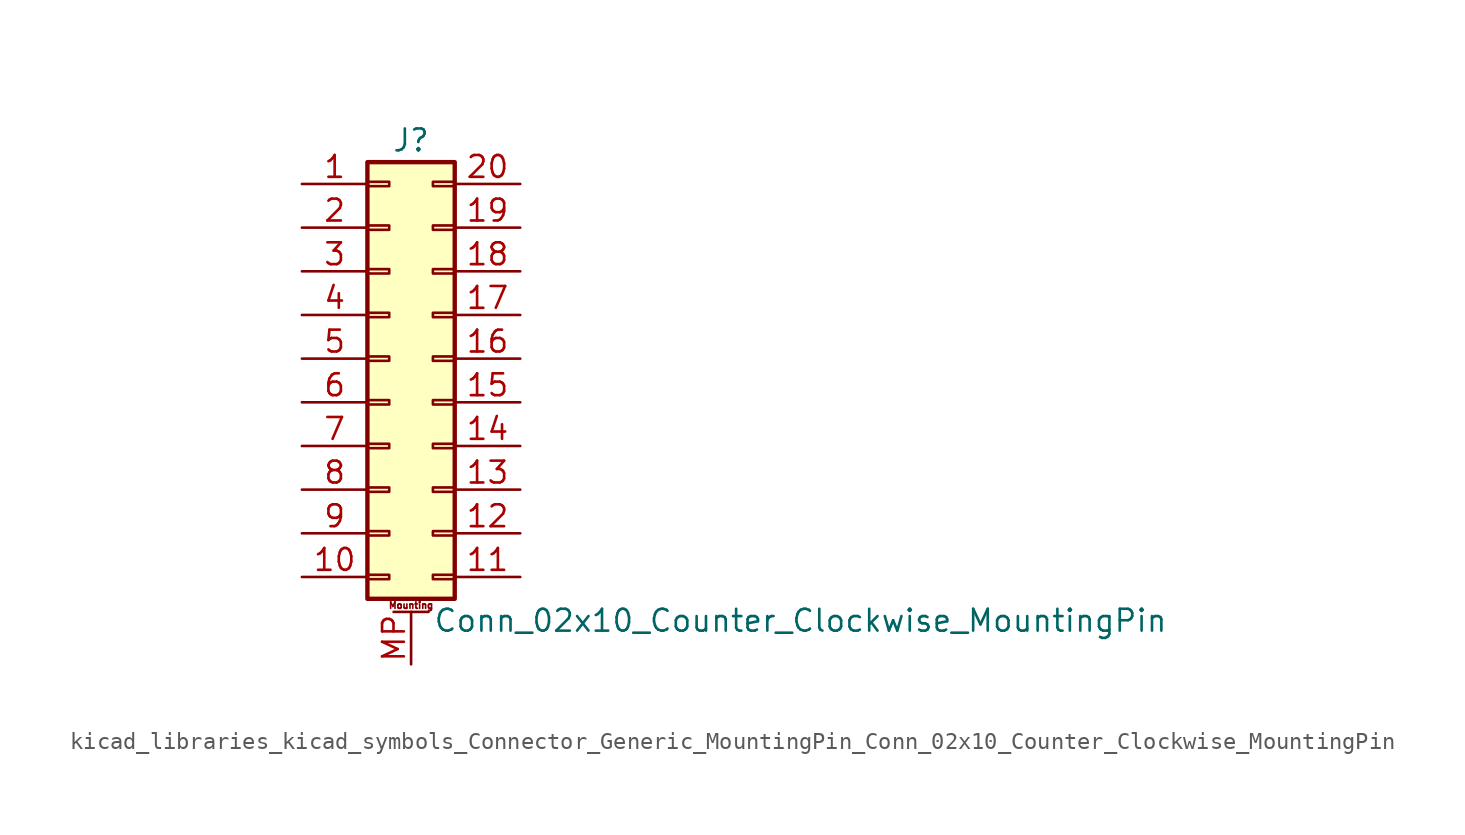
<source format=kicad_sym>
(kicad_symbol_lib
  (version 20220914)
  (generator kicad_symbol_editor)
  (symbol "kicad_libraries_kicad_symbols_Connector_Generic_MountingPin_Conn_02x10_Counter_Clockwise_MountingPin"
    (pin_names
      (offset 1.016) hide)
    (property "Reference" "J"
      (at 1.27 12.7 0)
      (effects (font (size 1.27 1.27))))
    (property "Value" "Conn_02x10_Counter_Clockwise_MountingPin"
      (at 2.54 -15.24 0)
      (effects (font (size 1.27 1.27)) (justify left)))
    (symbol "kicad_libraries_kicad_symbols_Connector_Generic_MountingPin_Conn_02x10_Counter_Clockwise_MountingPin_1_1"
      (rectangle (start -1.27 -12.573) (end 0 -12.827) (stroke (width 0.152) (type default)) (fill (type none)))
      (rectangle (start -1.27 -10.033) (end 0 -10.287) (stroke (width 0.152) (type default)) (fill (type none)))
      (rectangle (start -1.27 -7.493) (end 0 -7.747) (stroke (width 0.152) (type default)) (fill (type none)))
      (rectangle (start -1.27 -4.953) (end 0 -5.207) (stroke (width 0.152) (type default)) (fill (type none)))
      (rectangle (start -1.27 -2.413) (end 0 -2.667) (stroke (width 0.152) (type default)) (fill (type none)))
      (rectangle (start -1.27 0.127) (end 0 -0.127) (stroke (width 0.152) (type default)) (fill (type none)))
      (rectangle (start -1.27 2.667) (end 0 2.413) (stroke (width 0.152) (type default)) (fill (type none)))
      (rectangle (start -1.27 5.207) (end 0 4.953) (stroke (width 0.152) (type default)) (fill (type none)))
      (rectangle (start -1.27 7.747) (end 0 7.493) (stroke (width 0.152) (type default)) (fill (type none)))
      (rectangle (start -1.27 10.287) (end 0 10.033) (stroke (width 0.152) (type default)) (fill (type none)))
      (rectangle (start -1.27 11.43) (end 3.81 -13.97) (stroke (width 0.254) (type default)) (fill (type background)))
      (polyline (pts (xy 0.254 -14.732) (xy 2.286 -14.732)) (stroke (width 0.152) (type default)) (fill (type none)))
      (rectangle (start 3.81 -12.573) (end 2.54 -12.827) (stroke (width 0.152) (type default)) (fill (type none)))
      (rectangle (start 3.81 -10.033) (end 2.54 -10.287) (stroke (width 0.152) (type default)) (fill (type none)))
      (rectangle (start 3.81 -7.493) (end 2.54 -7.747) (stroke (width 0.152) (type default)) (fill (type none)))
      (rectangle (start 3.81 -4.953) (end 2.54 -5.207) (stroke (width 0.152) (type default)) (fill (type none)))
      (rectangle (start 3.81 -2.413) (end 2.54 -2.667) (stroke (width 0.152) (type default)) (fill (type none)))
      (rectangle (start 3.81 0.127) (end 2.54 -0.127) (stroke (width 0.152) (type default)) (fill (type none)))
      (rectangle (start 3.81 2.667) (end 2.54 2.413) (stroke (width 0.152) (type default)) (fill (type none)))
      (rectangle (start 3.81 5.207) (end 2.54 4.953) (stroke (width 0.152) (type default)) (fill (type none)))
      (rectangle (start 3.81 7.747) (end 2.54 7.493) (stroke (width 0.152) (type default)) (fill (type none)))
      (rectangle (start 3.81 10.287) (end 2.54 10.033) (stroke (width 0.152) (type default)) (fill (type none)))
      (text "Mounting" (at 1.27 -14.351 0) (effects (font (size 0.381 0.381))))
      (pin passive line (at -5.08 10.16 0) (length 3.81) (name "Pin_1" (effects (font (size 1.27 1.27)))) (number "1" (effects (font (size 1.27 1.27)))))
      (pin passive line (at -5.08 -12.7 0) (length 3.81) (name "Pin_10" (effects (font (size 1.27 1.27)))) (number "10" (effects (font (size 1.27 1.27)))))
      (pin passive line (at 7.62 -12.7 180) (length 3.81) (name "Pin_11" (effects (font (size 1.27 1.27)))) (number "11" (effects (font (size 1.27 1.27)))))
      (pin passive line (at 7.62 -10.16 180) (length 3.81) (name "Pin_12" (effects (font (size 1.27 1.27)))) (number "12" (effects (font (size 1.27 1.27)))))
      (pin passive line (at 7.62 -7.62 180) (length 3.81) (name "Pin_13" (effects (font (size 1.27 1.27)))) (number "13" (effects (font (size 1.27 1.27)))))
      (pin passive line (at 7.62 -5.08 180) (length 3.81) (name "Pin_14" (effects (font (size 1.27 1.27)))) (number "14" (effects (font (size 1.27 1.27)))))
      (pin passive line (at 7.62 -2.54 180) (length 3.81) (name "Pin_15" (effects (font (size 1.27 1.27)))) (number "15" (effects (font (size 1.27 1.27)))))
      (pin passive line (at 7.62 0 180) (length 3.81) (name "Pin_16" (effects (font (size 1.27 1.27)))) (number "16" (effects (font (size 1.27 1.27)))))
      (pin passive line (at 7.62 2.54 180) (length 3.81) (name "Pin_17" (effects (font (size 1.27 1.27)))) (number "17" (effects (font (size 1.27 1.27)))))
      (pin passive line (at 7.62 5.08 180) (length 3.81) (name "Pin_18" (effects (font (size 1.27 1.27)))) (number "18" (effects (font (size 1.27 1.27)))))
      (pin passive line (at 7.62 7.62 180) (length 3.81) (name "Pin_19" (effects (font (size 1.27 1.27)))) (number "19" (effects (font (size 1.27 1.27)))))
      (pin passive line (at -5.08 7.62 0) (length 3.81) (name "Pin_2" (effects (font (size 1.27 1.27)))) (number "2" (effects (font (size 1.27 1.27)))))
      (pin passive line (at 7.62 10.16 180) (length 3.81) (name "Pin_20" (effects (font (size 1.27 1.27)))) (number "20" (effects (font (size 1.27 1.27)))))
      (pin passive line (at -5.08 5.08 0) (length 3.81) (name "Pin_3" (effects (font (size 1.27 1.27)))) (number "3" (effects (font (size 1.27 1.27)))))
      (pin passive line (at -5.08 2.54 0) (length 3.81) (name "Pin_4" (effects (font (size 1.27 1.27)))) (number "4" (effects (font (size 1.27 1.27)))))
      (pin passive line (at -5.08 0 0) (length 3.81) (name "Pin_5" (effects (font (size 1.27 1.27)))) (number "5" (effects (font (size 1.27 1.27)))))
      (pin passive line (at -5.08 -2.54 0) (length 3.81) (name "Pin_6" (effects (font (size 1.27 1.27)))) (number "6" (effects (font (size 1.27 1.27)))))
      (pin passive line (at -5.08 -5.08 0) (length 3.81) (name "Pin_7" (effects (font (size 1.27 1.27)))) (number "7" (effects (font (size 1.27 1.27)))))
      (pin passive line (at -5.08 -7.62 0) (length 3.81) (name "Pin_8" (effects (font (size 1.27 1.27)))) (number "8" (effects (font (size 1.27 1.27)))))
      (pin passive line (at -5.08 -10.16 0) (length 3.81) (name "Pin_9" (effects (font (size 1.27 1.27)))) (number "9" (effects (font (size 1.27 1.27)))))
      (pin passive line (at 1.27 -17.78 90) (length 3.048) (name "MountPin" (effects (font (size 1.27 1.27)))) (number "MP" (effects (font (size 1.27 1.27))))))))
</source>
